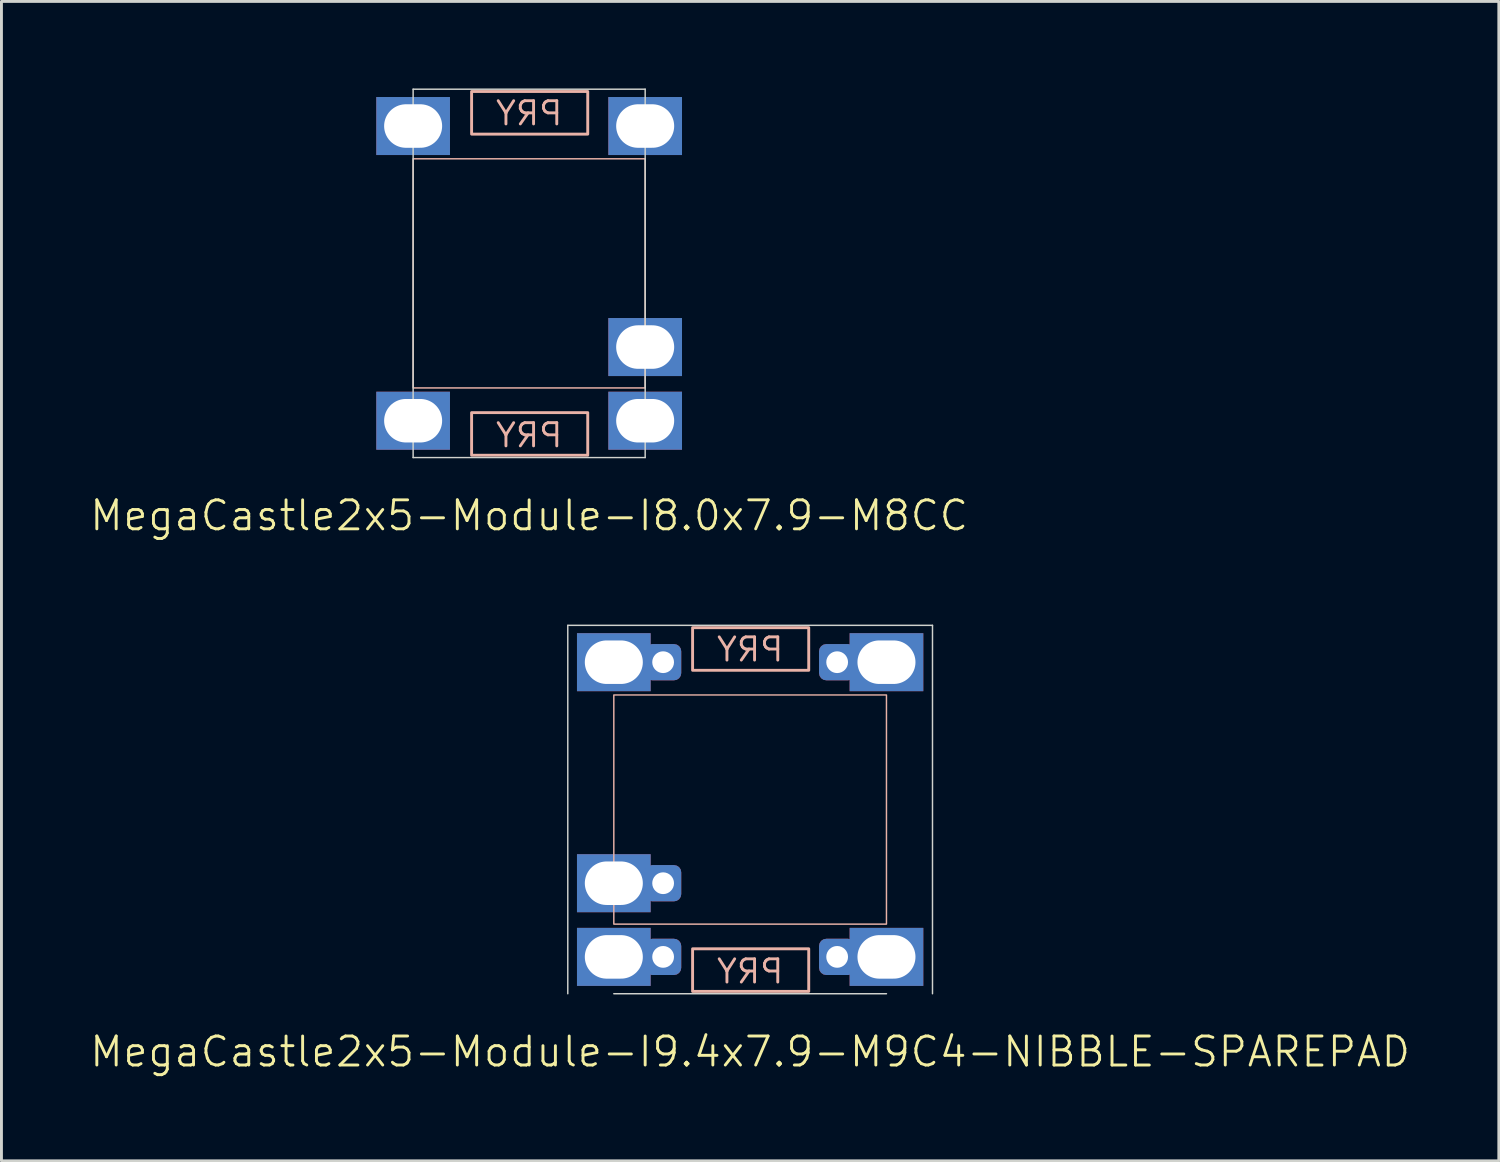
<source format=kicad_pcb>
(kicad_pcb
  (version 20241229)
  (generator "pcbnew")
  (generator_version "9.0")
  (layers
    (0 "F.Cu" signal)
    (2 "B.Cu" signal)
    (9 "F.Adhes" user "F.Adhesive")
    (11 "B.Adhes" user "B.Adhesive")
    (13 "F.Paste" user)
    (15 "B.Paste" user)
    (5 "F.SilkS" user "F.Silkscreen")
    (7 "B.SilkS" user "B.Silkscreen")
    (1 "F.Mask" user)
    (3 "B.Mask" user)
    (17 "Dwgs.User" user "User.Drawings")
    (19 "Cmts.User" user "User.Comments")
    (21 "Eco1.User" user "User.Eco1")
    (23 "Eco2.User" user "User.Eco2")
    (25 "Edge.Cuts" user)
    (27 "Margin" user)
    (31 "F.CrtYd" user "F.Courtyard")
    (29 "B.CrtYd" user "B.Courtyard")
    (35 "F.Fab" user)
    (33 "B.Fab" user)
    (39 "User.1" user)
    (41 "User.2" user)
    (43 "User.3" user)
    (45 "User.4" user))
  (footprint "MegaCastle2x5-Module-I9.4x7.9-M9C4-NIBBLE-SPAREPAD"
    (layer "F.Cu")
    (at 22.812 24.86)
    (property "Reference" "MegaCastle2x5-Module-I9.4x7.9-M9C4-NIBBLE-SPAREPAD" (at 0 8.35 0) (unlocked yes) (layer "F.SilkS") (effects (font (size 1 1) (thickness 0.1))))
    (attr smd)
    (fp_rect (start -4.7 3.95) (end 4.7 -3.95) (stroke (width 0.05) (type default)) (fill no) (layer "B.SilkS"))
    (fp_rect (start -1.984 -4.801) (end 2.02 -6.27) (stroke (width 0.1) (type default)) (fill no) (layer "B.SilkS"))
    (fp_rect (start -1.984 4.801) (end 2.02 6.27) (stroke (width 0.1) (type default)) (fill no) (layer "B.SilkS"))
    (fp_line (start -6.287 -6.35) (end -6.287 6.35) (stroke (width 0.05) (type default)) (layer "Edge.Cuts"))
    (fp_line (start -6.287 -6.35) (end 6.287 -6.35) (stroke (width 0.05) (type default)) (layer "Edge.Cuts"))
    (fp_line (start -4.7 6.35) (end 4.7 6.35) (stroke (width 0.05) (type default)) (layer "Edge.Cuts"))
    (fp_line (start 6.287 -6.35) (end 6.287 6.35) (stroke (width 0.05) (type default)) (layer "Edge.Cuts"))
    (fp_text user "PRY" (at 0 6.05 0) (unlocked yes) (layer "B.SilkS") (effects (font (size 0.8 0.8) (thickness 0.1)) (justify bottom mirror)))
    (fp_text user "PRY" (at 0 -5.05 0) (unlocked yes) (layer "B.SilkS") (effects (font (size 0.8 0.8) (thickness 0.1)) (justify bottom mirror)))
    (pad "1" thru_hole rect (at -4.7 -5.08) (size 2.54 2) (drill oval 2 1.5) (property pad_prop_castellated) (layers "*.Cu" "*.Mask"))
    (pad "1" thru_hole roundrect (at -3 -5.08 180) (size 1.25 1.25) (drill 0.75) (layers "*.Cu" "*.Mask") (roundrect_rratio 0.2))
    (pad "4" thru_hole rect (at -4.7 2.54) (size 2.54 2) (drill oval 2 1.5) (property pad_prop_castellated) (layers "*.Cu" "*.Mask"))
    (pad "4" thru_hole roundrect (at -3 2.54 180) (size 1.25 1.25) (drill 0.75) (layers "*.Cu" "*.Mask") (roundrect_rratio 0.2))
    (pad "5" thru_hole rect (at -4.7 5.08) (size 2.54 2) (drill oval 2 1.5) (property pad_prop_castellated) (layers "*.Cu" "*.Mask"))
    (pad "5" thru_hole roundrect (at -3 5.08 180) (size 1.25 1.25) (drill 0.75) (layers "*.Cu" "*.Mask") (roundrect_rratio 0.2))
    (pad "6" thru_hole roundrect (at 3 -5.08 180) (size 1.25 1.25) (drill 0.75) (layers "*.Cu" "*.Mask") (roundrect_rratio 0.2))
    (pad "6" thru_hole rect (at 4.7 -5.08) (size 2.54 2) (drill oval 2 1.5) (property pad_prop_castellated) (layers "*.Cu" "*.Mask"))
    (pad "10" thru_hole roundrect (at 3 5.08 180) (size 1.25 1.25) (drill 0.75) (layers "*.Cu" "*.Mask") (roundrect_rratio 0.2))
    (pad "10" thru_hole rect (at 4.7 5.08) (size 2.54 2) (drill oval 2 1.5) (property pad_prop_castellated) (layers "*.Cu" "*.Mask"))
    (zone (net_name "") (layer "B.Cu") (hatch edge 0.5) (connect_pads) (min_thickness 0.25) (filled_areas_thickness no) (keepout (tracks allowed) (vias allowed) (pads allowed) (copperpour allowed) (footprints not_allowed)) (placement (enabled no)) (fill) (polygon (pts (xy 18.112 31.21) (xy 18.112 18.511))))
    (zone (net_name "") (layer "B.Cu") (hatch edge 0.5) (connect_pads) (min_thickness 0.25) (filled_areas_thickness no) (keepout (tracks allowed) (vias allowed) (pads allowed) (copperpour allowed) (footprints not_allowed)) (placement (enabled no)) (fill) (polygon (pts (xy 27.512 31.21) (xy 27.512 18.511))))
    (zone (net_name "") (layer "B.Cu") (hatch edge 0.5) (connect_pads) (min_thickness 0.25) (filled_areas_thickness no) (keepout (tracks allowed) (vias allowed) (pads allowed) (copperpour allowed) (footprints not_allowed)) (placement (enabled no)) (fill) (polygon (pts (xy 18.112 18.511) (xy 18.112 20.91) (xy 27.512 20.91) (xy 27.512 18.511))))
    (zone (net_name "") (layer "B.Cu") (hatch edge 0.5) (connect_pads) (min_thickness 0.25) (filled_areas_thickness no) (keepout (tracks allowed) (vias allowed) (pads allowed) (copperpour allowed) (footprints not_allowed)) (placement (enabled no)) (fill) (polygon (pts (xy 18.112 31.21) (xy 18.112 28.811) (xy 27.512 28.811) (xy 27.512 31.21))))
    (zone (net_name "") (layer "B.Cu") (name "Upper Pry Zone") (hatch edge 0.5) (connect_pads) (min_thickness 0.25) (filled_areas_thickness no) (keepout (tracks not_allowed) (vias not_allowed) (pads not_allowed) (copperpour allowed) (footprints not_allowed)) (placement (enabled no)) (fill) (polygon (pts (xy 20.828 20.059) (xy 20.828 18.59) (xy 24.831 18.59) (xy 24.831 20.059))))
    (zone (net_name "") (layer "B.Cu") (name "Upper Pry Zone") (hatch edge 0.5) (connect_pads) (min_thickness 0.25) (filled_areas_thickness no) (keepout (tracks not_allowed) (vias not_allowed) (pads not_allowed) (copperpour allowed) (footprints not_allowed)) (placement (enabled no)) (fill) (polygon (pts (xy 20.828 29.662) (xy 20.828 31.131) (xy 24.831 31.131) (xy 24.831 29.662)))))
  (footprint "MegaCastle2x5-Module-I8.0x7.9-M8CC"
    (layer "F.Cu")
    (at 15.193 6.375)
    (property "Reference" "MegaCastle2x5-Module-I8.0x7.9-M8CC" (at 0 8.35 0) (unlocked yes) (layer "F.SilkS") (effects (font (size 1 1) (thickness 0.1))))
    (attr smd)
    (fp_rect (start -4 3.95) (end 4 -3.95) (stroke (width 0.05) (type default)) (fill no) (layer "B.SilkS"))
    (fp_rect (start -1.984 -4.801) (end 2.02 -6.27) (stroke (width 0.1) (type default)) (fill no) (layer "B.SilkS"))
    (fp_rect (start -1.984 4.801) (end 2.02 6.27) (stroke (width 0.1) (type default)) (fill no) (layer "B.SilkS"))
    (fp_line (start -4 -6.35) (end -4 6.35) (stroke (width 0.05) (type default)) (layer "Edge.Cuts"))
    (fp_line (start -4 -6.35) (end 4 -6.35) (stroke (width 0.05) (type default)) (layer "Edge.Cuts"))
    (fp_line (start -4 6.35) (end 4 6.35) (stroke (width 0.05) (type default)) (layer "Edge.Cuts"))
    (fp_line (start 4 -6.35) (end 4 6.35) (stroke (width 0.05) (type default)) (layer "Edge.Cuts"))
    (fp_text user "PRY" (at 0 6.05 0) (unlocked yes) (layer "B.SilkS") (effects (font (size 0.8 0.8) (thickness 0.1)) (justify bottom mirror)))
    (fp_text user "PRY" (at 0 -5.05 0) (unlocked yes) (layer "B.SilkS") (effects (font (size 0.8 0.8) (thickness 0.1)) (justify bottom mirror)))
    (pad "1" thru_hole rect (at -4 -5.08) (size 2.54 2) (drill oval 2 1.5) (property pad_prop_castellated) (layers "*.Cu" "*.Mask"))
    (pad "5" thru_hole rect (at -4 5.08) (size 2.54 2) (drill oval 2 1.5) (property pad_prop_castellated) (layers "*.Cu" "*.Mask"))
    (pad "6" thru_hole rect (at 4 -5.08) (size 2.54 2) (drill oval 2 1.5) (property pad_prop_castellated) (layers "*.Cu" "*.Mask"))
    (pad "9" thru_hole rect (at 4 2.54) (size 2.54 2) (drill oval 2 1.5) (property pad_prop_castellated) (layers "*.Cu" "*.Mask"))
    (pad "10" thru_hole rect (at 4 5.08) (size 2.54 2) (drill oval 2 1.5) (property pad_prop_castellated) (layers "*.Cu" "*.Mask"))
    (zone (net_name "") (layer "B.Cu") (hatch edge 0.5) (connect_pads) (min_thickness 0.25) (filled_areas_thickness no) (keepout (tracks allowed) (vias allowed) (pads allowed) (copperpour allowed) (footprints not_allowed)) (placement (enabled no)) (fill) (polygon (pts (xy 11.193 12.725) (xy 11.193 0.025))))
    (zone (net_name "") (layer "B.Cu") (hatch edge 0.5) (connect_pads) (min_thickness 0.25) (filled_areas_thickness no) (keepout (tracks allowed) (vias allowed) (pads allowed) (copperpour allowed) (footprints not_allowed)) (placement (enabled no)) (fill) (polygon (pts (xy 19.193 12.725) (xy 19.193 0.025))))
    (zone (net_name "") (layer "B.Cu") (hatch edge 0.5) (connect_pads) (min_thickness 0.25) (filled_areas_thickness no) (keepout (tracks allowed) (vias allowed) (pads allowed) (copperpour allowed) (footprints not_allowed)) (placement (enabled no)) (fill) (polygon (pts (xy 11.193 0.025) (xy 11.193 2.425) (xy 19.193 2.425) (xy 19.193 0.025))))
    (zone (net_name "") (layer "B.Cu") (hatch edge 0.5) (connect_pads) (min_thickness 0.25) (filled_areas_thickness no) (keepout (tracks allowed) (vias allowed) (pads allowed) (copperpour allowed) (footprints not_allowed)) (placement (enabled no)) (fill) (polygon (pts (xy 11.193 12.725) (xy 11.193 10.325) (xy 19.193 10.325) (xy 19.193 12.725))))
    (zone (net_name "") (layer "B.Cu") (name "Upper Pry Zone") (hatch edge 0.5) (connect_pads) (min_thickness 0.25) (filled_areas_thickness no) (keepout (tracks not_allowed) (vias not_allowed) (pads not_allowed) (copperpour allowed) (footprints not_allowed)) (placement (enabled no)) (fill) (polygon (pts (xy 13.209 1.574) (xy 13.209 0.105) (xy 17.212 0.105) (xy 17.212 1.574))))
    (zone (net_name "") (layer "B.Cu") (name "Upper Pry Zone") (hatch edge 0.5) (connect_pads) (min_thickness 0.25) (filled_areas_thickness no) (keepout (tracks not_allowed) (vias not_allowed) (pads not_allowed) (copperpour allowed) (footprints not_allowed)) (placement (enabled no)) (fill) (polygon (pts (xy 13.209 11.176) (xy 13.209 12.645) (xy 17.212 12.645) (xy 17.212 11.176)))))
  (gr_rect
    (start -3 -3)
    (end 48.624 36.971)
    (stroke (width 0.1) (type default))
    (fill no)
    (layer "Edge.Cuts")))
</source>
